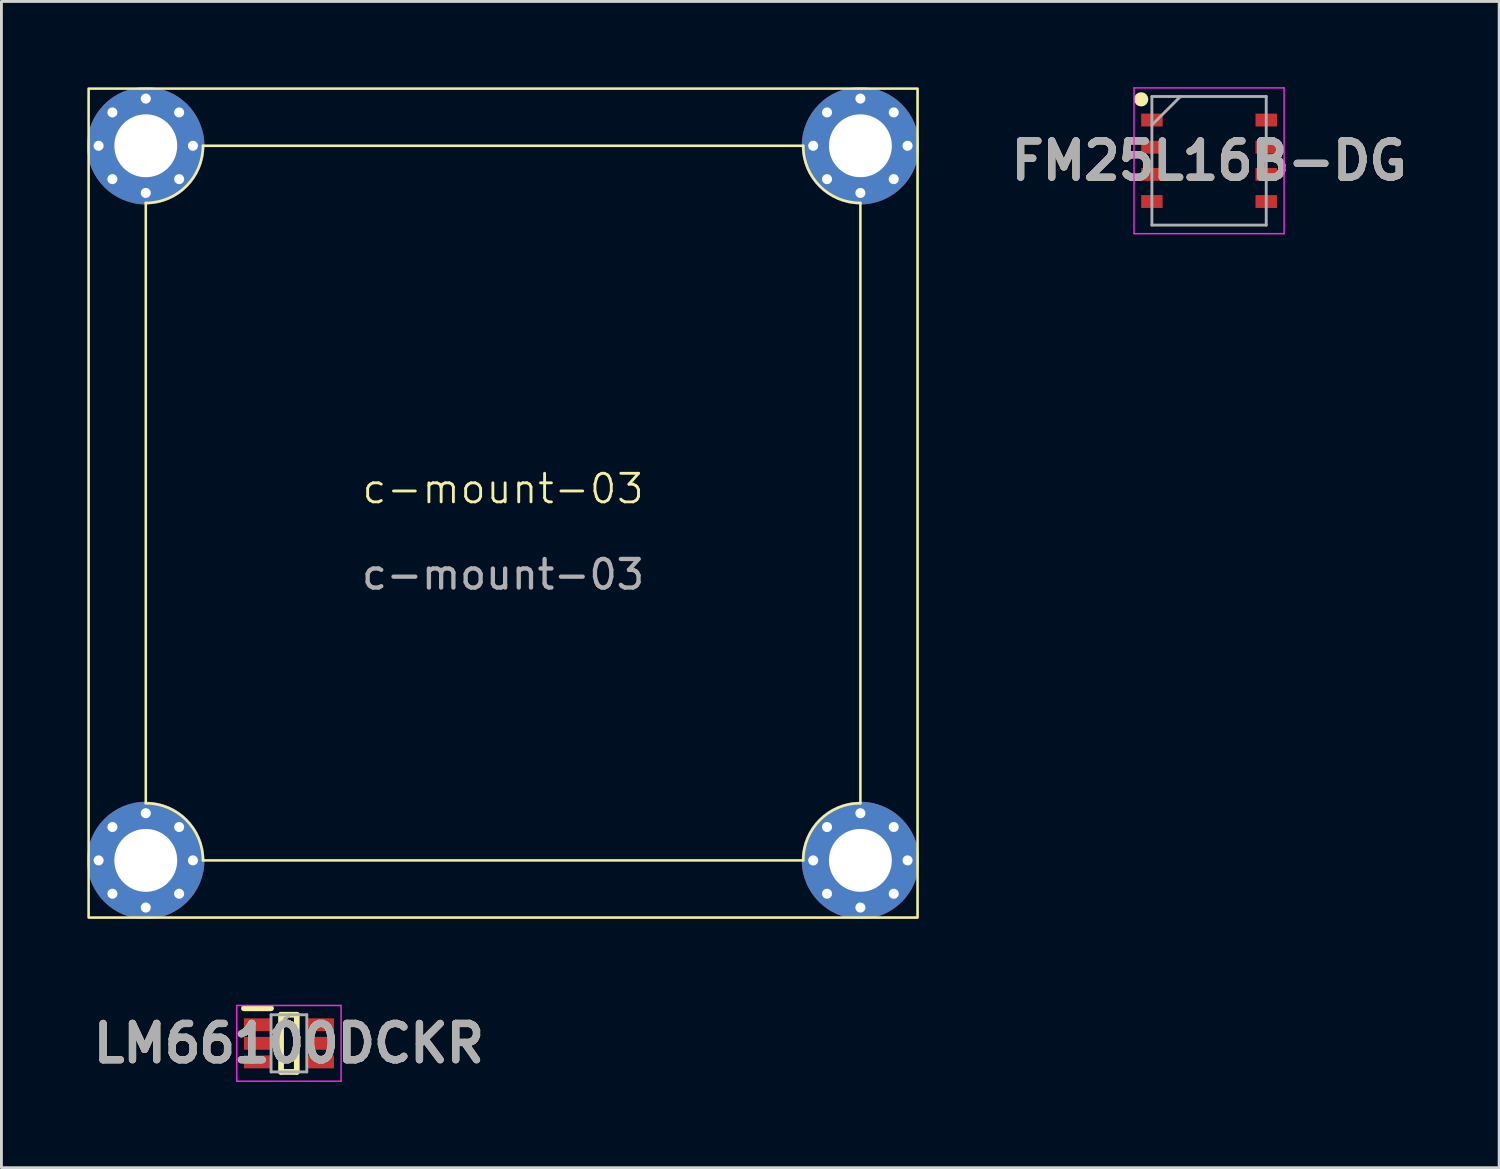
<source format=kicad_pcb>
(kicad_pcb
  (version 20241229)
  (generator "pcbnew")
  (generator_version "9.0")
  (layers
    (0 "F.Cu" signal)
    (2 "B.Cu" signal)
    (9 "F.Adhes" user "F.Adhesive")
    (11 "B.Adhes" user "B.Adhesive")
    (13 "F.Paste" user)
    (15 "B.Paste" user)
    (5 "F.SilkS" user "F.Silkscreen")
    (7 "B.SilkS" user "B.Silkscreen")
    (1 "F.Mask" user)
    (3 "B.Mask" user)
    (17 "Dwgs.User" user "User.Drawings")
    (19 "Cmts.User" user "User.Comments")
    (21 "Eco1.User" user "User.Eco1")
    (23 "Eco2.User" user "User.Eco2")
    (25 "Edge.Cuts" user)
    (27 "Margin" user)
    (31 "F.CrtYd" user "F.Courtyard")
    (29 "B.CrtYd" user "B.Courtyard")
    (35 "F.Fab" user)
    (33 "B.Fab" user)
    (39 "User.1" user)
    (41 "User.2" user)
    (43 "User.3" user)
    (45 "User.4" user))
  (footprint "FM25L16B-DG"
    (layer "F.Cu")
    (at 39.248 2.575)
    (property "Reference" "FM25L16B-DG" (at 0 0 0) (layer "F.SilkS") (effects (font (size 1.27 1.27) (thickness 0.254))))
    (attr smd)
    (fp_circle (center -2.375 -2.15) (end -2.375 -2.025) (stroke (width 0.25) (type solid)) (fill no) (layer "F.SilkS"))
    (fp_line (start -2.625 -2.55) (end 2.625 -2.55) (stroke (width 0.05) (type solid)) (layer "F.CrtYd"))
    (fp_line (start -2.625 2.55) (end -2.625 -2.55) (stroke (width 0.05) (type solid)) (layer "F.CrtYd"))
    (fp_line (start 2.625 -2.55) (end 2.625 2.55) (stroke (width 0.05) (type solid)) (layer "F.CrtYd"))
    (fp_line (start 2.625 2.55) (end -2.625 2.55) (stroke (width 0.05) (type solid)) (layer "F.CrtYd"))
    (fp_line (start -2 -2.25) (end 2 -2.25) (stroke (width 0.1) (type solid)) (layer "F.Fab"))
    (fp_line (start -2 -1.25) (end -1 -2.25) (stroke (width 0.1) (type solid)) (layer "F.Fab"))
    (fp_line (start -2 2.25) (end -2 -2.25) (stroke (width 0.1) (type solid)) (layer "F.Fab"))
    (fp_line (start 2 -2.25) (end 2 2.25) (stroke (width 0.1) (type solid)) (layer "F.Fab"))
    (fp_line (start 2 2.25) (end -2 2.25) (stroke (width 0.1) (type solid)) (layer "F.Fab"))
    (fp_text user "${REFERENCE}" (at 0 0 0) (layer "F.Fab") (effects (font (size 1.27 1.27) (thickness 0.254))))
    (pad "1" smd rect (at -2 -1.425 90) (size 0.45 0.75) (layers "F.Cu" "F.Mask" "F.Paste"))
    (pad "2" smd rect (at -2 -0.475 90) (size 0.45 0.75) (layers "F.Cu" "F.Mask" "F.Paste"))
    (pad "3" smd rect (at -2 0.475 90) (size 0.45 0.75) (layers "F.Cu" "F.Mask" "F.Paste"))
    (pad "4" smd rect (at -2 1.425 90) (size 0.45 0.75) (layers "F.Cu" "F.Mask" "F.Paste"))
    (pad "5" smd rect (at 2 1.425 90) (size 0.45 0.75) (layers "F.Cu" "F.Mask" "F.Paste"))
    (pad "6" smd rect (at 2 0.475 90) (size 0.45 0.75) (layers "F.Cu" "F.Mask" "F.Paste"))
    (pad "7" smd rect (at 2 -0.475 90) (size 0.45 0.75) (layers "F.Cu" "F.Mask" "F.Paste"))
    (pad "8" smd rect (at 2 -1.425 90) (size 0.45 0.75) (layers "F.Cu" "F.Mask" "F.Paste")))
  (footprint "LM66100DCKR"
    (layer "F.Cu")
    (at 7.058 33.45)
    (property "Reference" "LM66100DCKR" (at 0 0 0) (layer "F.SilkS") (effects (font (size 1.27 1.27) (thickness 0.254))))
    (attr smd)
    (fp_line (start -1.575 -1.225) (end -0.625 -1.225) (stroke (width 0.2) (type solid)) (layer "F.SilkS"))
    (fp_line (start -0.275 -1) (end 0.275 -1) (stroke (width 0.2) (type solid)) (layer "F.SilkS"))
    (fp_line (start -0.275 1) (end -0.275 -1) (stroke (width 0.2) (type solid)) (layer "F.SilkS"))
    (fp_line (start 0.275 -1) (end 0.275 1) (stroke (width 0.2) (type solid)) (layer "F.SilkS"))
    (fp_line (start 0.275 1) (end -0.275 1) (stroke (width 0.2) (type solid)) (layer "F.SilkS"))
    (fp_line (start -1.825 -1.325) (end 1.825 -1.325) (stroke (width 0.05) (type solid)) (layer "F.CrtYd"))
    (fp_line (start -1.825 1.325) (end -1.825 -1.325) (stroke (width 0.05) (type solid)) (layer "F.CrtYd"))
    (fp_line (start 1.825 -1.325) (end 1.825 1.325) (stroke (width 0.05) (type solid)) (layer "F.CrtYd"))
    (fp_line (start 1.825 1.325) (end -1.825 1.325) (stroke (width 0.05) (type solid)) (layer "F.CrtYd"))
    (fp_line (start -0.625 -1) (end 0.625 -1) (stroke (width 0.1) (type solid)) (layer "F.Fab"))
    (fp_line (start -0.625 -0.35) (end 0.025 -1) (stroke (width 0.1) (type solid)) (layer "F.Fab"))
    (fp_line (start -0.625 1) (end -0.625 -1) (stroke (width 0.1) (type solid)) (layer "F.Fab"))
    (fp_line (start 0.625 -1) (end 0.625 1) (stroke (width 0.1) (type solid)) (layer "F.Fab"))
    (fp_line (start 0.625 1) (end -0.625 1) (stroke (width 0.1) (type solid)) (layer "F.Fab"))
    (fp_text user "${REFERENCE}" (at 0 0 0) (layer "F.Fab") (effects (font (size 1.27 1.27) (thickness 0.254))))
    (pad "1" smd rect (at -1.1 -0.65 90) (size 0.45 0.95) (layers "F.Cu" "F.Mask" "F.Paste"))
    (pad "2" smd rect (at -1.1 0 90) (size 0.45 0.95) (layers "F.Cu" "F.Mask" "F.Paste"))
    (pad "3" smd rect (at -1.1 0.65 90) (size 0.45 0.95) (layers "F.Cu" "F.Mask" "F.Paste"))
    (pad "4" smd rect (at 1.1 0.65 90) (size 0.45 0.95) (layers "F.Cu" "F.Mask" "F.Paste"))
    (pad "5" smd rect (at 1.1 0 90) (size 0.45 0.95) (layers "F.Cu" "F.Mask" "F.Paste"))
    (pad "6" smd rect (at 1.1 -0.65 90) (size 0.45 0.95) (layers "F.Cu" "F.Mask" "F.Paste")))
  (footprint "c-mount-03"
    (layer "F.Cu")
    (at 14.55 14.55)
    (property "Reference" "c-mount-03" (at 0 -0.5 0) (unlocked yes) (layer "F.SilkS") (effects (font (size 1 1) (thickness 0.1))))
    (attr smd)
    (fp_line (start -12.5 10.5) (end -12.5 -10.5) (stroke (width 0.09) (type solid)) (layer "F.SilkS"))
    (fp_line (start -10.5 -12.5) (end 10.5 -12.5) (stroke (width 0.09) (type solid)) (layer "F.SilkS"))
    (fp_line (start -10.5 12.5) (end 10.5 12.5) (stroke (width 0.09) (type solid)) (layer "F.SilkS"))
    (fp_line (start 12.5 -10.5) (end 12.5 10.5) (stroke (width 0.09) (type solid)) (layer "F.SilkS"))
    (fp_rect (start -14.5 -14.5) (end 14.5 14.5) (stroke (width 0.09) (type solid)) (fill no) (layer "F.SilkS"))
    (fp_arc (start -12.5 10.5) (mid -11.085786 11.085786) (end -10.5 12.5) (stroke (width 0.09) (type solid)) (layer "F.SilkS"))
    (fp_arc (start -10.5 -12.5) (mid -11.085786 -11.085786) (end -12.5 -10.5) (stroke (width 0.09) (type solid)) (layer "F.SilkS"))
    (fp_arc (start 10.5 12.5) (mid 11.085786 11.085786) (end 12.5 10.5) (stroke (width 0.09) (type solid)) (layer "F.SilkS"))
    (fp_arc (start 12.5 -10.5) (mid 11.085786 -11.085786) (end 10.5 -12.5) (stroke (width 0.09) (type solid)) (layer "F.SilkS"))
    (fp_text user "${REFERENCE}" (at 0 2.5 0) (unlocked yes) (layer "F.Fab") (effects (font (size 1 1) (thickness 0.15))))
    (pad "1" thru_hole circle (at -14.15 -12.5) (size 0.6 0.6) (drill 0.35) (layers "*.Cu" "*.Mask"))
    (pad "1" thru_hole circle (at -13.667 -13.667) (size 0.6 0.6) (drill 0.35) (layers "*.Cu" "*.Mask"))
    (pad "1" thru_hole circle (at -13.667 -11.333) (size 0.6 0.6) (drill 0.35) (layers "*.Cu" "*.Mask"))
    (pad "1" thru_hole circle (at -12.5 -12.5) (size 4.1 4.1) (drill 2.2) (layers "*.Cu" "*.Mask"))
    (pad "1" thru_hole circle (at -12.5 -14.15) (size 0.6 0.6) (drill 0.35) (layers "*.Cu" "*.Mask"))
    (pad "1" thru_hole circle (at -12.5 -10.85) (size 0.6 0.6) (drill 0.35) (layers "*.Cu" "*.Mask"))
    (pad "1" thru_hole circle (at -11.333 -13.667) (size 0.6 0.6) (drill 0.35) (layers "*.Cu" "*.Mask"))
    (pad "1" thru_hole circle (at -11.333 -11.333) (size 0.6 0.6) (drill 0.35) (layers "*.Cu" "*.Mask"))
    (pad "1" thru_hole circle (at -10.85 -12.5) (size 0.6 0.6) (drill 0.35) (layers "*.Cu" "*.Mask"))
    (pad "2" thru_hole circle (at 10.85 -12.5) (size 0.6 0.6) (drill 0.35) (layers "*.Cu" "*.Mask"))
    (pad "2" thru_hole circle (at 11.333 -13.667) (size 0.6 0.6) (drill 0.35) (layers "*.Cu" "*.Mask"))
    (pad "2" thru_hole circle (at 11.333 -11.333) (size 0.6 0.6) (drill 0.35) (layers "*.Cu" "*.Mask"))
    (pad "2" thru_hole circle (at 12.5 -12.5) (size 4.1 4.1) (drill 2.2) (layers "*.Cu" "*.Mask"))
    (pad "2" thru_hole circle (at 12.5 -14.15) (size 0.6 0.6) (drill 0.35) (layers "*.Cu" "*.Mask"))
    (pad "2" thru_hole circle (at 12.5 -10.85) (size 0.6 0.6) (drill 0.35) (layers "*.Cu" "*.Mask"))
    (pad "2" thru_hole circle (at 13.667 -13.667) (size 0.6 0.6) (drill 0.35) (layers "*.Cu" "*.Mask"))
    (pad "2" thru_hole circle (at 13.667 -11.333) (size 0.6 0.6) (drill 0.35) (layers "*.Cu" "*.Mask"))
    (pad "2" thru_hole circle (at 14.15 -12.5) (size 0.6 0.6) (drill 0.35) (layers "*.Cu" "*.Mask"))
    (pad "3" thru_hole circle (at -14.15 12.5) (size 0.6 0.6) (drill 0.35) (layers "*.Cu" "*.Mask"))
    (pad "3" thru_hole circle (at -13.667 11.333) (size 0.6 0.6) (drill 0.35) (layers "*.Cu" "*.Mask"))
    (pad "3" thru_hole circle (at -13.667 13.667) (size 0.6 0.6) (drill 0.35) (layers "*.Cu" "*.Mask"))
    (pad "3" thru_hole circle (at -12.5 12.5) (size 4.1 4.1) (drill 2.2) (layers "*.Cu" "*.Mask"))
    (pad "3" thru_hole circle (at -12.5 10.85) (size 0.6 0.6) (drill 0.35) (layers "*.Cu" "*.Mask"))
    (pad "3" thru_hole circle (at -12.5 14.15) (size 0.6 0.6) (drill 0.35) (layers "*.Cu" "*.Mask"))
    (pad "3" thru_hole circle (at -11.333 11.333) (size 0.6 0.6) (drill 0.35) (layers "*.Cu" "*.Mask"))
    (pad "3" thru_hole circle (at -11.333 13.667) (size 0.6 0.6) (drill 0.35) (layers "*.Cu" "*.Mask"))
    (pad "3" thru_hole circle (at -10.85 12.5) (size 0.6 0.6) (drill 0.35) (layers "*.Cu" "*.Mask"))
    (pad "4" thru_hole circle (at 10.85 12.5) (size 0.6 0.6) (drill 0.35) (layers "*.Cu" "*.Mask"))
    (pad "4" thru_hole circle (at 11.333 11.333) (size 0.6 0.6) (drill 0.35) (layers "*.Cu" "*.Mask"))
    (pad "4" thru_hole circle (at 11.333 13.667) (size 0.6 0.6) (drill 0.35) (layers "*.Cu" "*.Mask"))
    (pad "4" thru_hole circle (at 12.5 12.5) (size 4.1 4.1) (drill 2.2) (layers "*.Cu" "*.Mask"))
    (pad "4" thru_hole circle (at 12.5 10.85) (size 0.6 0.6) (drill 0.35) (layers "*.Cu" "*.Mask"))
    (pad "4" thru_hole circle (at 12.5 14.15) (size 0.6 0.6) (drill 0.35) (layers "*.Cu" "*.Mask"))
    (pad "4" thru_hole circle (at 13.667 11.333) (size 0.6 0.6) (drill 0.35) (layers "*.Cu" "*.Mask"))
    (pad "4" thru_hole circle (at 13.667 13.667) (size 0.6 0.6) (drill 0.35) (layers "*.Cu" "*.Mask"))
    (pad "4" thru_hole circle (at 14.15 12.5) (size 0.6 0.6) (drill 0.35) (layers "*.Cu" "*.Mask")))
  (gr_rect
    (start -3 -3)
    (end 49.397 37.8)
    (stroke (width 0.1) (type default))
    (fill no)
    (layer "Edge.Cuts")))
</source>
